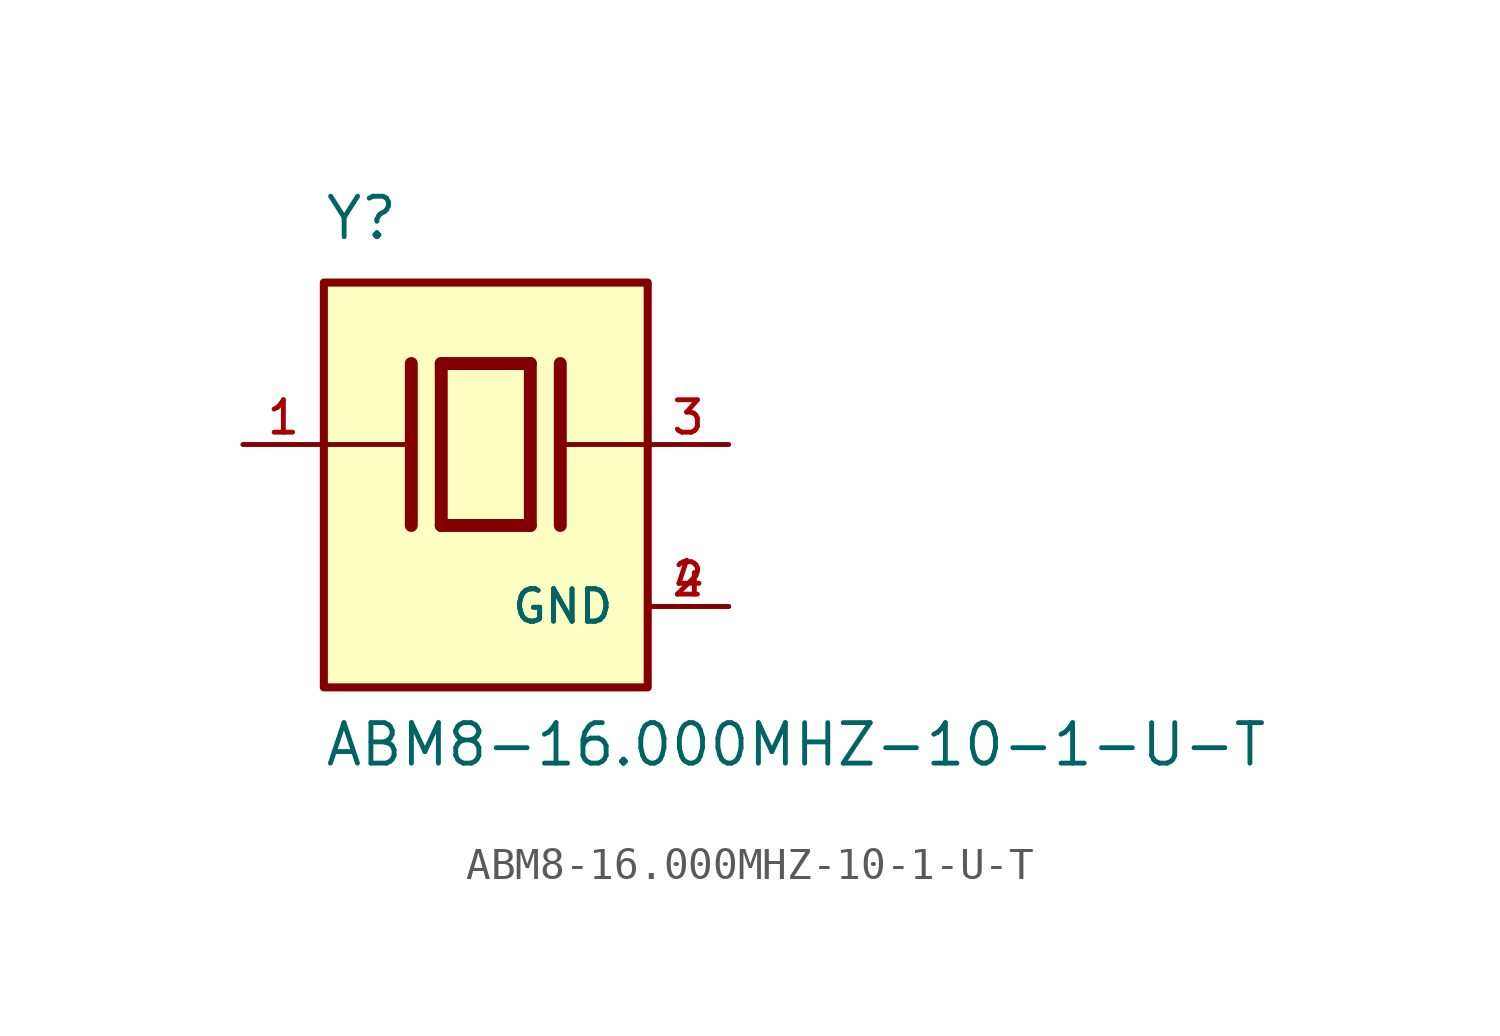
<source format=kicad_sym>
(kicad_symbol_lib
  (version 20211014)
  (generator kicad_symbol_editor)
  (symbol "ABM8-16.000MHZ-10-1-U-T"
    (pin_names
      (offset 1.016))
    (property "Reference" "Y"
      (at -5.088 6.356 0)
      (effects (font (size 1.27 1.27)) (justify bottom left)))
    (property "Value" "ABM8-16.000MHZ-10-1-U-T"
      (at -5.094 -10.16 0)
      (effects (font (size 1.27 1.27)) (justify bottom left)))
    (symbol "ABM8-16.000MHZ-10-1-U-T_0_0"
      (polyline (pts (xy -1.397 2.54) (xy 1.397 2.54)) (stroke (width 0.406)))
      (polyline (pts (xy 1.397 2.54) (xy 1.397 -2.54)) (stroke (width 0.406)))
      (polyline (pts (xy 1.397 -2.54) (xy -1.397 -2.54)) (stroke (width 0.406)))
      (polyline (pts (xy -1.397 2.54) (xy -1.397 -2.54)) (stroke (width 0.406)))
      (polyline (pts (xy 2.337 2.54) (xy 2.337 -2.54)) (stroke (width 0.406)))
      (polyline (pts (xy -2.337 2.54) (xy -2.337 -2.54)) (stroke (width 0.406)))
      (polyline (pts (xy -5.08 0.0) (xy -2.54 0.0)) (stroke (width 0.152)))
      (polyline (pts (xy 2.54 0.0) (xy 5.08 0.0)) (stroke (width 0.152)))
      (rectangle (start -5.08 -7.62) (end 5.08 5.08) (stroke (width 0.254)) (fill (type background)))
      (pin passive line (at 7.62 0.0 180.0) (length 2.54) (name "~" (effects (font (size 1.016 1.016)))) (number "3" (effects (font (size 1.016 1.016)))))
      (pin passive line (at -7.62 0.0 0) (length 2.54) (name "~" (effects (font (size 1.016 1.016)))) (number "1" (effects (font (size 1.016 1.016)))))
      (pin power_in line (at 7.62 -5.08 180.0) (length 2.54) (name "GND" (effects (font (size 1.016 1.016)))) (number "2" (effects (font (size 1.016 1.016)))))
      (pin power_in line (at 7.62 -5.08 180.0) (length 2.54) (name "GND" (effects (font (size 1.016 1.016)))) (number "4" (effects (font (size 1.016 1.016))))))))
</source>
